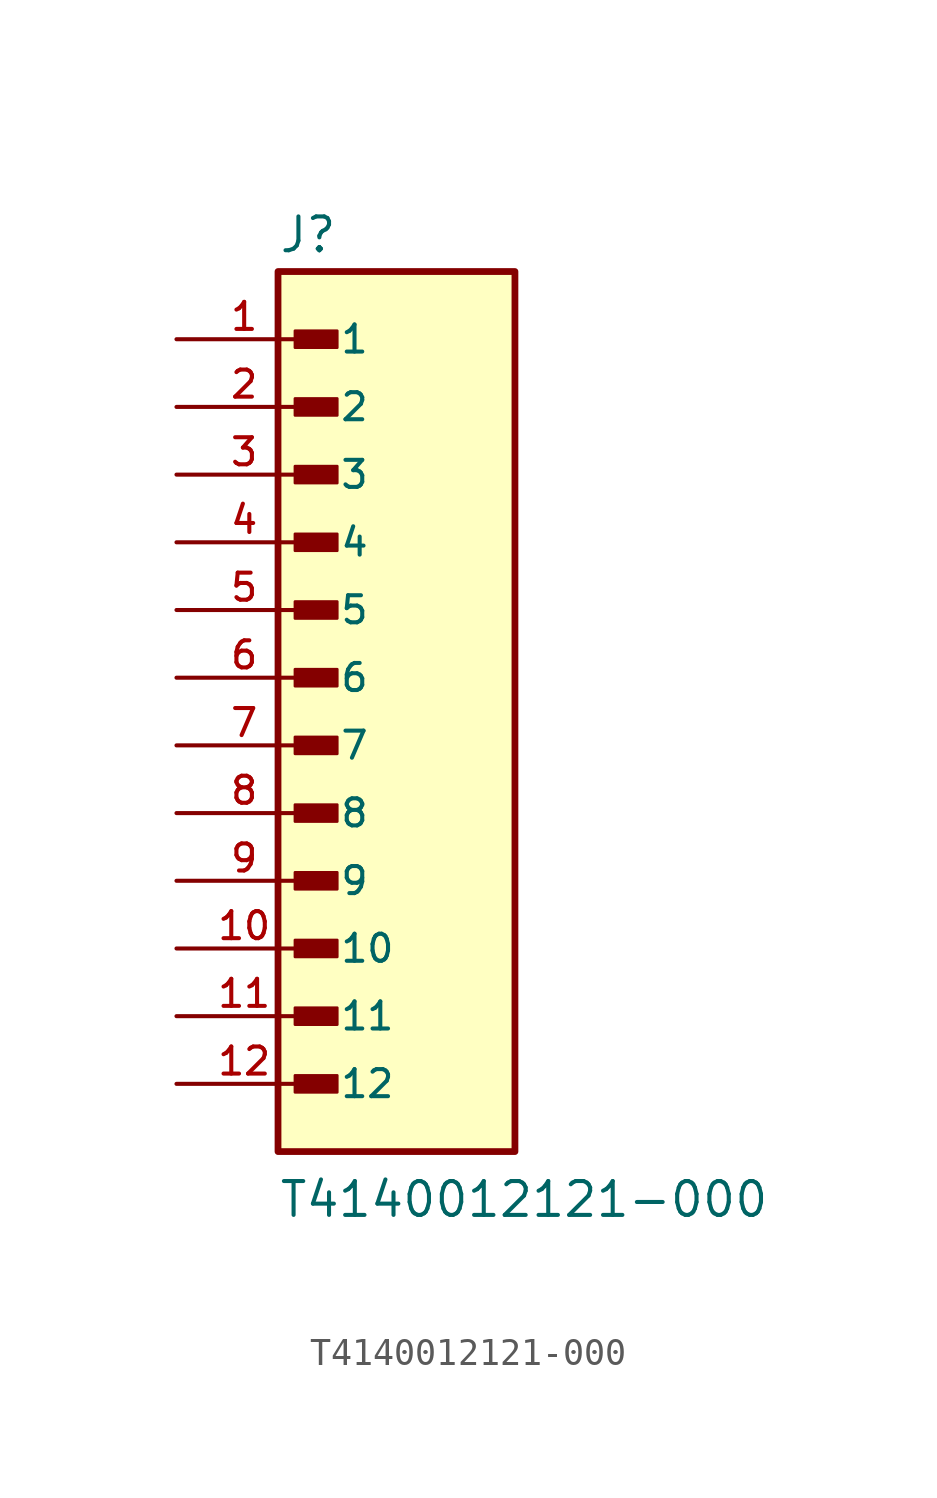
<source format=kicad_sym>
(kicad_symbol_lib
  (version 20241209)
  (generator "kicad_symbol_editor")
  (generator_version "9.0")
  (symbol "T4140012121-000"
    (pin_names
      (offset 1.016))
    (property "Reference" "J"
      (at -3.81 15.875 0)
      (effects (font (size 1.27 1.27)) (justify left bottom)))
    (property "Value" "T4140012121-000"
      (at -3.81 -20.32 0)
      (effects (font (size 1.27 1.27)) (justify left bottom)))
    (symbol "T4140012121-000_0_0"
      (rectangle (start -3.81 -17.78) (end 5.08 15.24) (stroke (width 0.254) (type default)) (fill (type background)))
      (rectangle (start -3.175 12.383) (end -1.587 13.018) (stroke (width 0.1) (type default)) (fill (type outline)))
      (rectangle (start -3.175 9.842) (end -1.587 10.477) (stroke (width 0.1) (type default)) (fill (type outline)))
      (rectangle (start -3.175 7.303) (end -1.587 7.938) (stroke (width 0.1) (type default)) (fill (type outline)))
      (rectangle (start -3.175 4.763) (end -1.587 5.397) (stroke (width 0.1) (type default)) (fill (type outline)))
      (rectangle (start -3.175 2.223) (end -1.587 2.857) (stroke (width 0.1) (type default)) (fill (type outline)))
      (rectangle (start -3.175 -0.318) (end -1.587 0.318) (stroke (width 0.1) (type default)) (fill (type outline)))
      (rectangle (start -3.175 -2.857) (end -1.587 -2.223) (stroke (width 0.1) (type default)) (fill (type outline)))
      (rectangle (start -3.175 -5.397) (end -1.587 -4.763) (stroke (width 0.1) (type default)) (fill (type outline)))
      (rectangle (start -3.175 -7.938) (end -1.587 -7.303) (stroke (width 0.1) (type default)) (fill (type outline)))
      (rectangle (start -3.175 -10.477) (end -1.587 -9.842) (stroke (width 0.1) (type default)) (fill (type outline)))
      (rectangle (start -3.175 -13.018) (end -1.587 -12.383) (stroke (width 0.1) (type default)) (fill (type outline)))
      (rectangle (start -3.175 -15.557) (end -1.587 -14.922) (stroke (width 0.1) (type default)) (fill (type outline)))
      (pin passive line (at -7.62 12.7 0) (length 5.08) (name "1" (effects (font (size 1.016 1.016)))) (number "1" (effects (font (size 1.016 1.016)))))
      (pin passive line (at -7.62 10.16 0) (length 5.08) (name "2" (effects (font (size 1.016 1.016)))) (number "2" (effects (font (size 1.016 1.016)))))
      (pin passive line (at -7.62 7.62 0) (length 5.08) (name "3" (effects (font (size 1.016 1.016)))) (number "3" (effects (font (size 1.016 1.016)))))
      (pin passive line (at -7.62 5.08 0) (length 5.08) (name "4" (effects (font (size 1.016 1.016)))) (number "4" (effects (font (size 1.016 1.016)))))
      (pin passive line (at -7.62 2.54 0) (length 5.08) (name "5" (effects (font (size 1.016 1.016)))) (number "5" (effects (font (size 1.016 1.016)))))
      (pin passive line (at -7.62 0 0) (length 5.08) (name "6" (effects (font (size 1.016 1.016)))) (number "6" (effects (font (size 1.016 1.016)))))
      (pin passive line (at -7.62 -2.54 0) (length 5.08) (name "7" (effects (font (size 1.016 1.016)))) (number "7" (effects (font (size 1.016 1.016)))))
      (pin passive line (at -7.62 -5.08 0) (length 5.08) (name "8" (effects (font (size 1.016 1.016)))) (number "8" (effects (font (size 1.016 1.016)))))
      (pin passive line (at -7.62 -7.62 0) (length 5.08) (name "9" (effects (font (size 1.016 1.016)))) (number "9" (effects (font (size 1.016 1.016)))))
      (pin passive line (at -7.62 -10.16 0) (length 5.08) (name "10" (effects (font (size 1.016 1.016)))) (number "10" (effects (font (size 1.016 1.016)))))
      (pin passive line (at -7.62 -12.7 0) (length 5.08) (name "11" (effects (font (size 1.016 1.016)))) (number "11" (effects (font (size 1.016 1.016)))))
      (pin passive line (at -7.62 -15.24 0) (length 5.08) (name "12" (effects (font (size 1.016 1.016)))) (number "12" (effects (font (size 1.016 1.016))))))))
</source>
